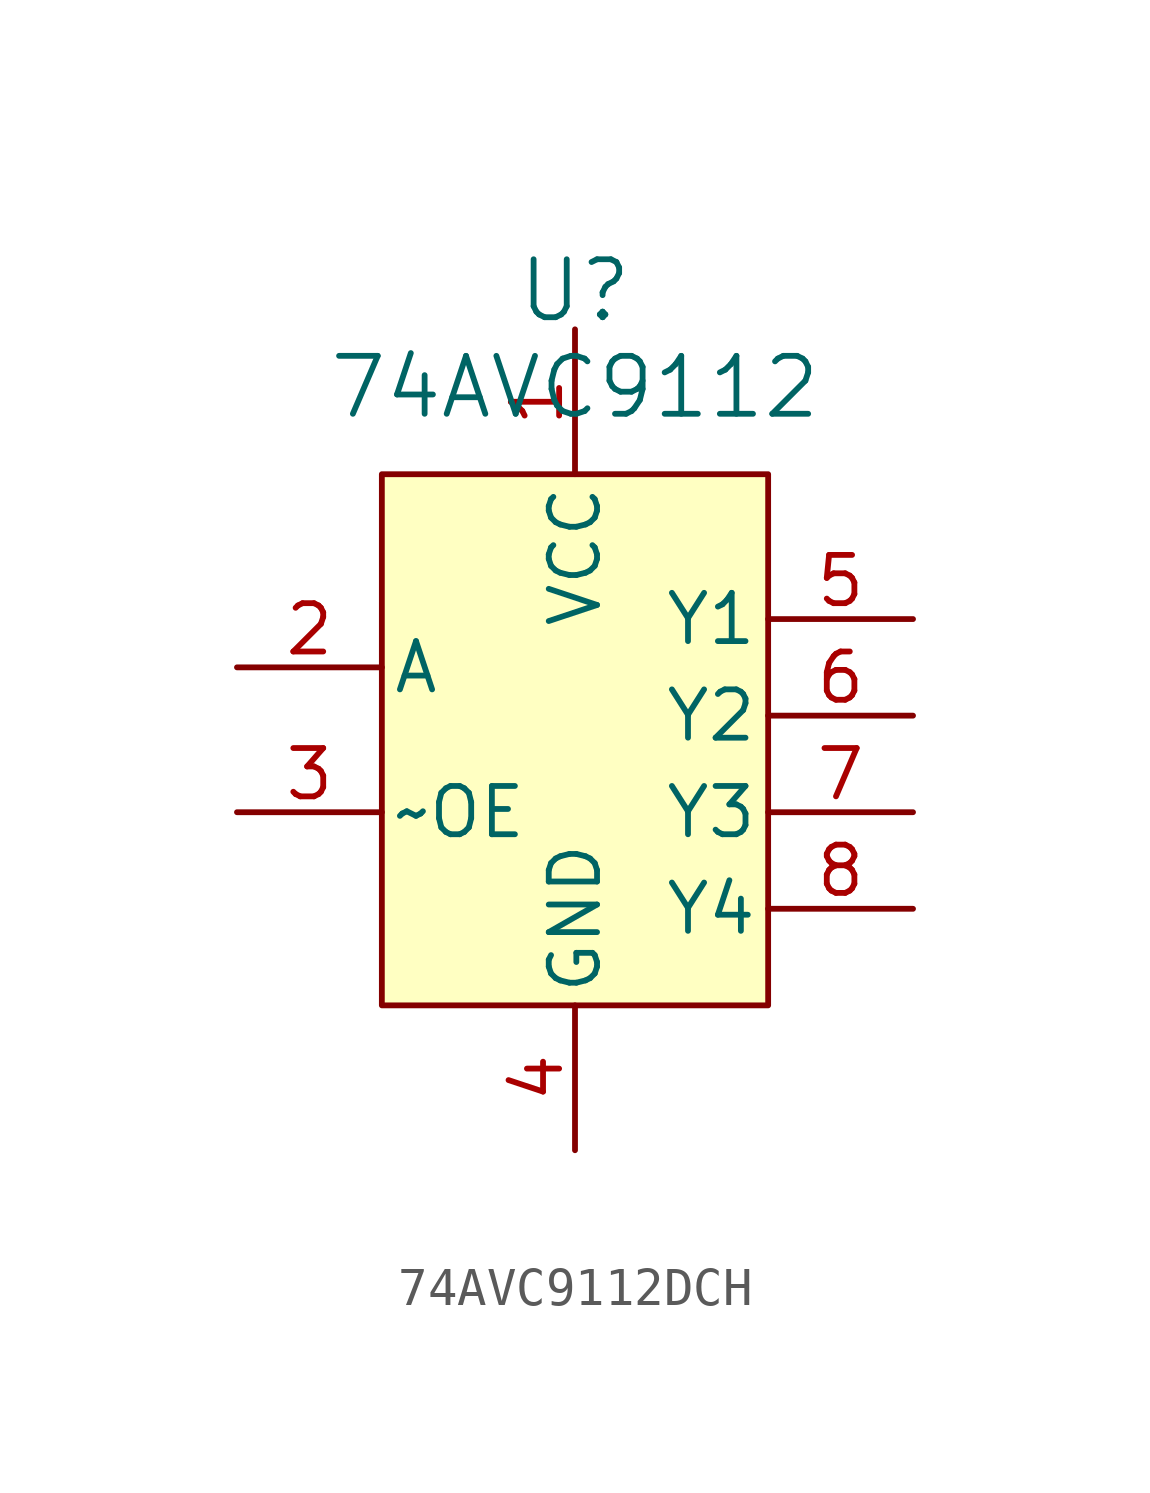
<source format=kicad_sym>
(kicad_symbol_lib
  (version 20231120)
  (generator "kicad_symbol_editor")
  (generator_version "8.0")
  (symbol "74AVC9112DCH"
    (pin_names
      (offset 0.254))
    (property "Reference" "U"
      (at 0 12.446 0)
      (effects (font (size 1.524 1.524))))
    (property "Value" "74AVC9112"
      (at 0 9.906 0)
      (effects (font (size 1.524 1.524))))
    (symbol "74AVC9112DCH_0_1"
      (pin power_in line (at 0 11.43 270) (length 3.81) (name "VCC" (effects (font (size 1.27 1.27)))) (number "1" (effects (font (size 1.27 1.27)))))
      (pin power_in line (at 0 -10.16 90) (length 3.81) (name "GND" (effects (font (size 1.27 1.27)))) (number "4" (effects (font (size 1.27 1.27)))))
      (pin output line (at 8.89 3.81 180) (length 3.81) (name "Y1" (effects (font (size 1.27 1.27)))) (number "5" (effects (font (size 1.27 1.27)))))
      (pin output line (at 8.89 1.27 180) (length 3.81) (name "Y2" (effects (font (size 1.27 1.27)))) (number "6" (effects (font (size 1.27 1.27)))))
      (pin output line (at 8.89 -1.27 180) (length 3.81) (name "Y3" (effects (font (size 1.27 1.27)))) (number "7" (effects (font (size 1.27 1.27)))))
      (pin output line (at 8.89 -3.81 180) (length 3.81) (name "Y4" (effects (font (size 1.27 1.27)))) (number "8" (effects (font (size 1.27 1.27))))))
    (symbol "74AVC9112DCH_1_1"
      (rectangle (start -5.08 7.62) (end 5.08 -6.35) (stroke (width 0) (type default)) (fill (type background)))
      (pin input line (at -8.89 2.54 0) (length 3.81) (name "A" (effects (font (size 1.27 1.27)))) (number "2" (effects (font (size 1.27 1.27)))))
      (pin input line (at -8.89 -1.27 0) (length 3.81) (name "~OE" (effects (font (size 1.27 1.27)))) (number "3" (effects (font (size 1.27 1.27))))))))
</source>
